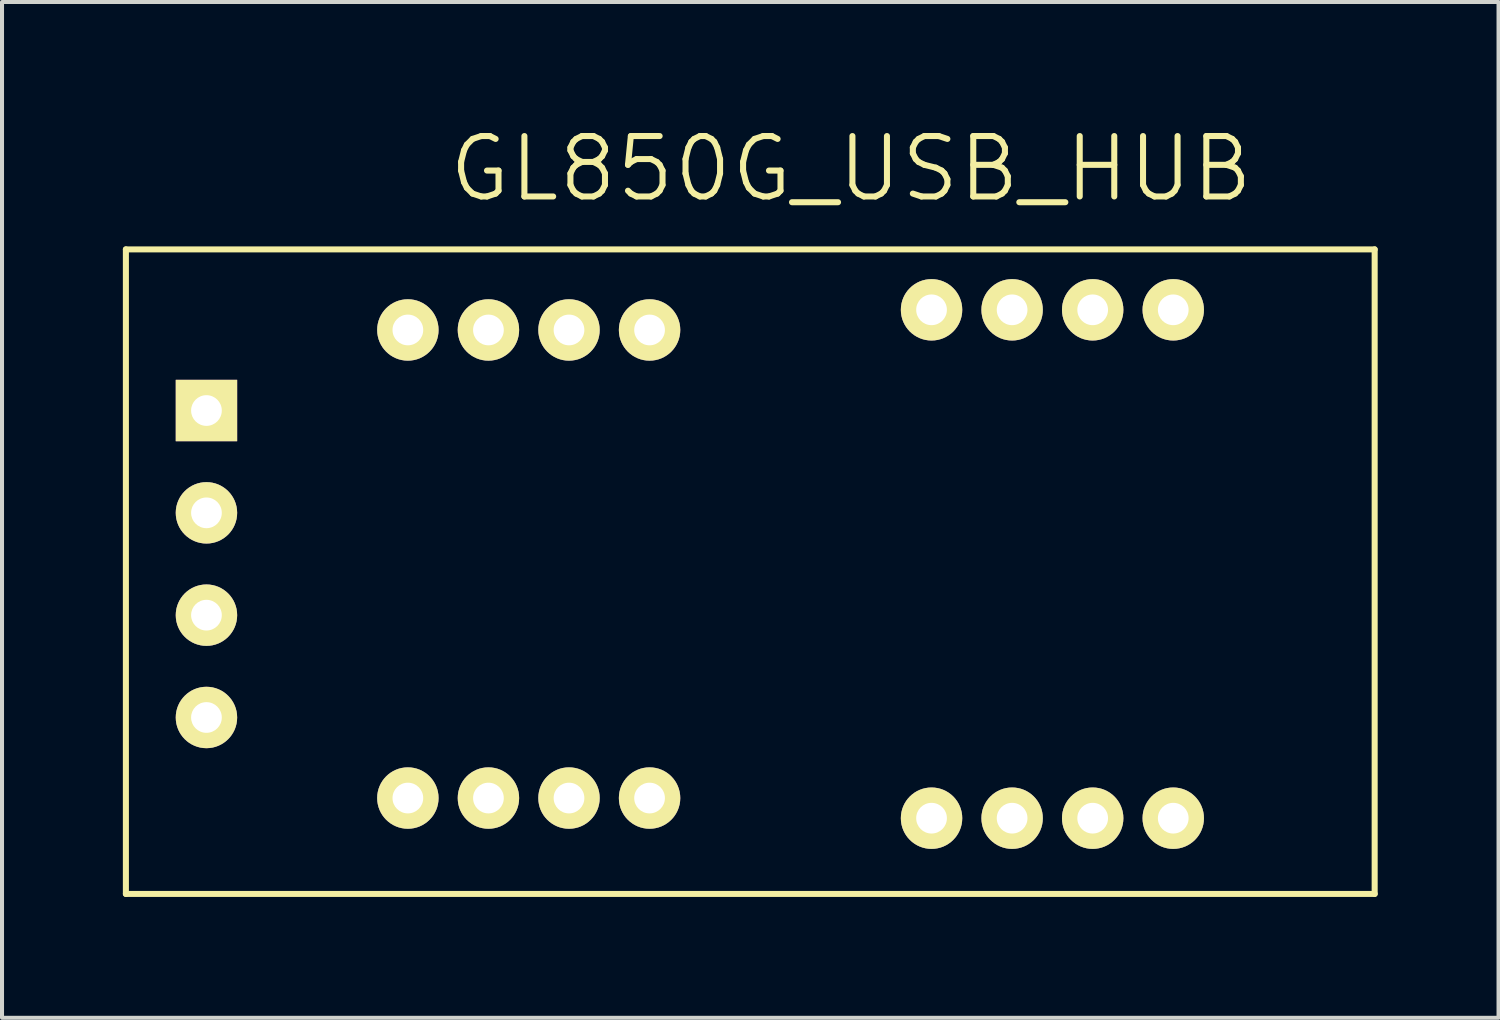
<source format=kicad_pcb>
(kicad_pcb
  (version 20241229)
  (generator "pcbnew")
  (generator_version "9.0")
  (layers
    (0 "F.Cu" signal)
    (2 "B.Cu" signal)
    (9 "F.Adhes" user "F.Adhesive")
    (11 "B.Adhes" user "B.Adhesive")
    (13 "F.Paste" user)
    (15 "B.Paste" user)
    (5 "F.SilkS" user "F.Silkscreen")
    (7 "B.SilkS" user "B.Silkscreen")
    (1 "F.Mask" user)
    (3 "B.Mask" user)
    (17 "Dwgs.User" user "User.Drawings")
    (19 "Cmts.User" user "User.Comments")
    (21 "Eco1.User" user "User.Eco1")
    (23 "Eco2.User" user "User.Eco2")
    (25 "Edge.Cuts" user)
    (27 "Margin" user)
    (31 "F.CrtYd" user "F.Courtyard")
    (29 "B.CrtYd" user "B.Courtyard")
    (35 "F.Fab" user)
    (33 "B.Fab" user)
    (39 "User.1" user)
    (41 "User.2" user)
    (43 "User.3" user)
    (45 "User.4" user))
  (footprint "GL850G_USB_HUB"
    (layer "F.Cu")
    (at 18.075 11.141)
    (property "Reference" "GL850G_USB_HUB" (at 0 -10 0) (layer "F.SilkS") (effects (font (size 1.5 1.5) (thickness 0.15))))
    (attr through_hole)
    (fp_line (start -18 -8) (end -18 8) (stroke (width 0.15) (type solid)) (layer "F.SilkS"))
    (fp_line (start -18 8) (end 13 8) (stroke (width 0.15) (type solid)) (layer "F.SilkS"))
    (fp_line (start 13 -8) (end -18 -8) (stroke (width 0.15) (type solid)) (layer "F.SilkS"))
    (fp_line (start 13 8) (end 13 -8) (stroke (width 0.15) (type solid)) (layer "F.SilkS"))
    (pad "1" thru_hole rect (at -16 -4) (size 1.524 1.524) (drill 0.762) (layers "*.Cu" "*.Mask" "F.SilkS"))
    (pad "2" thru_hole circle (at -16 -1.46) (size 1.524 1.524) (drill 0.762) (layers "*.Cu" "*.Mask" "F.SilkS"))
    (pad "3" thru_hole circle (at -16 1.08) (size 1.524 1.524) (drill 0.762) (layers "*.Cu" "*.Mask" "F.SilkS"))
    (pad "4" thru_hole circle (at -16 3.62) (size 1.524 1.524) (drill 0.762) (layers "*.Cu" "*.Mask" "F.SilkS"))
    (pad "5" thru_hole circle (at -11 5.62) (size 1.524 1.524) (drill 0.762) (layers "*.Cu" "*.Mask" "F.SilkS"))
    (pad "6" thru_hole circle (at -9 5.62) (size 1.524 1.524) (drill 0.762) (layers "*.Cu" "*.Mask" "F.SilkS"))
    (pad "7" thru_hole circle (at -7 5.62) (size 1.524 1.524) (drill 0.762) (layers "*.Cu" "*.Mask" "F.SilkS"))
    (pad "8" thru_hole circle (at -5 5.62) (size 1.524 1.524) (drill 0.762) (layers "*.Cu" "*.Mask" "F.SilkS"))
    (pad "9" thru_hole circle (at 2 6.12) (size 1.524 1.524) (drill 0.762) (layers "*.Cu" "*.Mask" "F.SilkS"))
    (pad "10" thru_hole circle (at 4 6.12) (size 1.524 1.524) (drill 0.762) (layers "*.Cu" "*.Mask" "F.SilkS"))
    (pad "11" thru_hole circle (at 6 6.12) (size 1.524 1.524) (drill 0.762) (layers "*.Cu" "*.Mask" "F.SilkS"))
    (pad "12" thru_hole circle (at 8 6.12) (size 1.524 1.524) (drill 0.762) (layers "*.Cu" "*.Mask" "F.SilkS"))
    (pad "13" thru_hole circle (at 8 -6.5) (size 1.524 1.524) (drill 0.762) (layers "*.Cu" "*.Mask" "F.SilkS"))
    (pad "14" thru_hole circle (at 6 -6.5) (size 1.524 1.524) (drill 0.762) (layers "*.Cu" "*.Mask" "F.SilkS"))
    (pad "15" thru_hole circle (at 4 -6.5) (size 1.524 1.524) (drill 0.762) (layers "*.Cu" "*.Mask" "F.SilkS"))
    (pad "16" thru_hole circle (at 2 -6.5) (size 1.524 1.524) (drill 0.762) (layers "*.Cu" "*.Mask" "F.SilkS"))
    (pad "17" thru_hole circle (at -5 -6) (size 1.524 1.524) (drill 0.762) (layers "*.Cu" "*.Mask" "F.SilkS"))
    (pad "18" thru_hole circle (at -7 -6) (size 1.524 1.524) (drill 0.762) (layers "*.Cu" "*.Mask" "F.SilkS"))
    (pad "19" thru_hole circle (at -9 -6) (size 1.524 1.524) (drill 0.762) (layers "*.Cu" "*.Mask" "F.SilkS"))
    (pad "20" thru_hole circle (at -11 -6) (size 1.524 1.524) (drill 0.762) (layers "*.Cu" "*.Mask" "F.SilkS")))
  (gr_rect
    (start -3 -3)
    (end 34.15 22.216)
    (stroke (width 0.1) (type default))
    (fill no)
    (layer "Edge.Cuts")))
</source>
